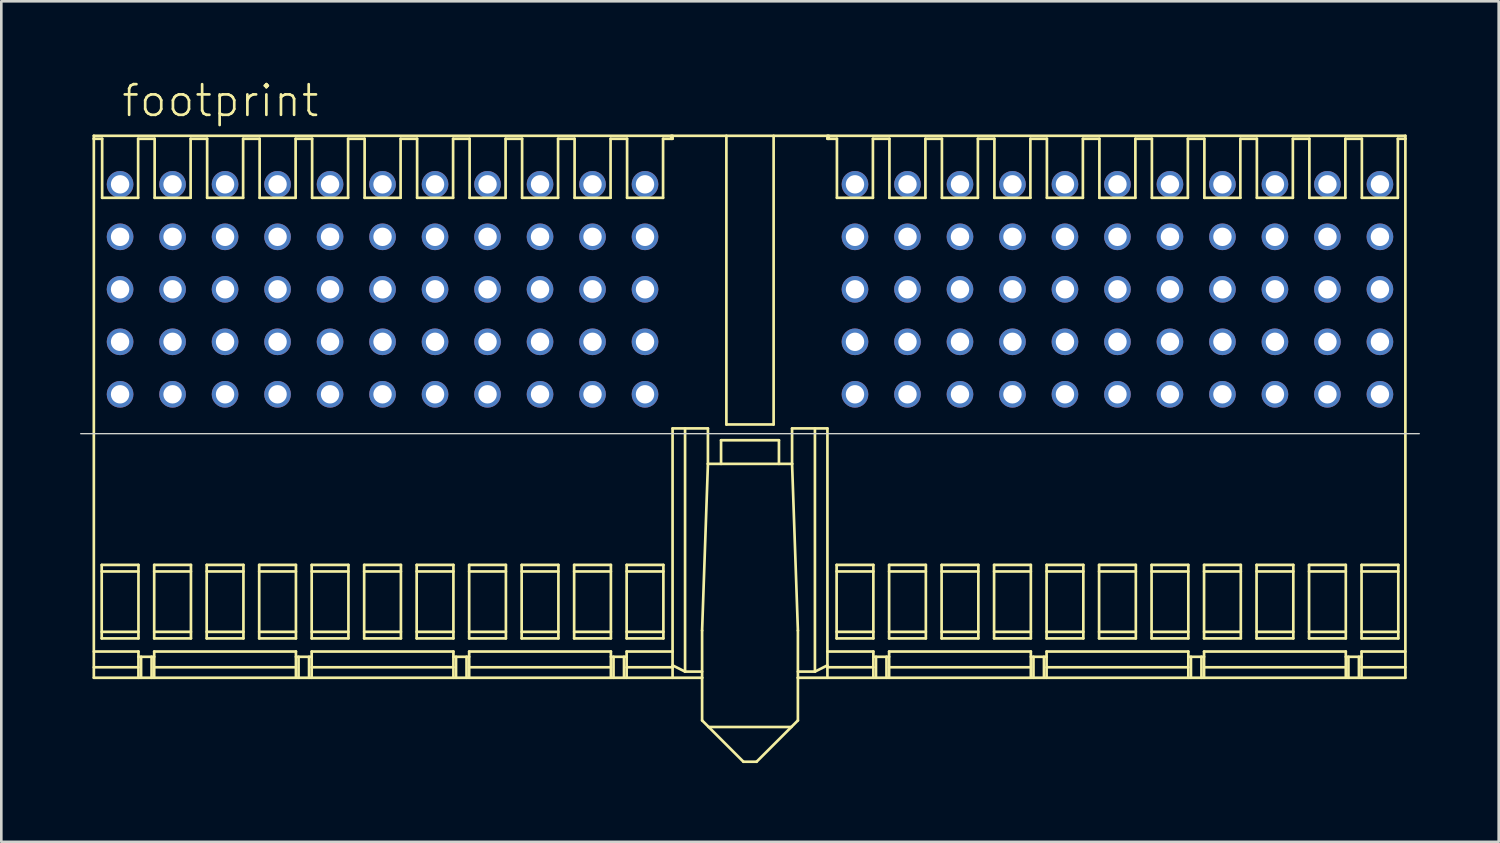
<source format=kicad_pcb>
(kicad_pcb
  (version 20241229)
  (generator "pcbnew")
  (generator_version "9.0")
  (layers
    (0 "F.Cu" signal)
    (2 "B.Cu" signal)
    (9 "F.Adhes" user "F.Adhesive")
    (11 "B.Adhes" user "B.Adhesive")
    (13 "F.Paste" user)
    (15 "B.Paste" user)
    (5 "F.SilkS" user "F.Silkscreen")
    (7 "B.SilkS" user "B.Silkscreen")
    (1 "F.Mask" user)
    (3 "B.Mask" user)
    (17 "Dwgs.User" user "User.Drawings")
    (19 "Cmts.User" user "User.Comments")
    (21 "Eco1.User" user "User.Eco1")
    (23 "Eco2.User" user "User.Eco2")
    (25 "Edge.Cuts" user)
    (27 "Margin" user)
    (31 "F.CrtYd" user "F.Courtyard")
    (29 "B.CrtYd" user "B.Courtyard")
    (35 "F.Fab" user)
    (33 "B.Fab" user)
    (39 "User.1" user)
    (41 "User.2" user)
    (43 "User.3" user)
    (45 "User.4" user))
  (footprint "footprint"
    (layer "F.Cu")
    (at 25.525 11.973)
    (property "Reference" "footprint" (at -24 -10.5 0) (layer "F.SilkS") (effects (font (size 1.168 1.168) (thickness 0.102)) (justify left bottom)))
    (fp_line (start -25 -9.85) (end -3 -9.85) (stroke (width 0.102) (type solid)) (layer "F.SilkS"))
    (fp_line (start -25 -9.736) (end -25 -9.85) (stroke (width 0.102) (type solid)) (layer "F.SilkS"))
    (fp_line (start -25 -9.736) (end -25 10.8) (stroke (width 0.102) (type solid)) (layer "F.SilkS"))
    (fp_line (start -25 9.8) (end -23.3 9.8) (stroke (width 0.102) (type solid)) (layer "F.SilkS"))
    (fp_line (start -25 10.4) (end -23.3 10.4) (stroke (width 0.102) (type solid)) (layer "F.SilkS"))
    (fp_line (start -25 10.8) (end -1.825 10.8) (stroke (width 0.102) (type solid)) (layer "F.SilkS"))
    (fp_line (start -24.7 6.5) (end -24.7 9.3) (stroke (width 0.102) (type solid)) (layer "F.SilkS"))
    (fp_line (start -24.7 6.75) (end -23.3 6.75) (stroke (width 0.102) (type solid)) (layer "F.SilkS"))
    (fp_line (start -24.7 9.05) (end -23.3 9.05) (stroke (width 0.102) (type solid)) (layer "F.SilkS"))
    (fp_line (start -24.7 9.3) (end -23.3 9.3) (stroke (width 0.102) (type solid)) (layer "F.SilkS"))
    (fp_line (start -24.683 -9.736) (end -25 -9.736) (stroke (width 0.102) (type solid)) (layer "F.SilkS"))
    (fp_line (start -24.683 -7.486) (end -24.683 -9.736) (stroke (width 0.102) (type solid)) (layer "F.SilkS"))
    (fp_line (start -23.312 -9.736) (end -23.312 -7.486) (stroke (width 0.102) (type solid)) (layer "F.SilkS"))
    (fp_line (start -23.312 -7.486) (end -24.683 -7.486) (stroke (width 0.102) (type solid)) (layer "F.SilkS"))
    (fp_line (start -23.3 6.5) (end -24.7 6.5) (stroke (width 0.102) (type solid)) (layer "F.SilkS"))
    (fp_line (start -23.3 9.3) (end -23.3 6.5) (stroke (width 0.102) (type solid)) (layer "F.SilkS"))
    (fp_line (start -23.3 9.8) (end -23.3 10.8) (stroke (width 0.102) (type solid)) (layer "F.SilkS"))
    (fp_line (start -23.3 10) (end -22.7 10) (stroke (width 0.102) (type solid)) (layer "F.SilkS"))
    (fp_line (start -23.2 10) (end -23.2 10.8) (stroke (width 0.102) (type solid)) (layer "F.SilkS"))
    (fp_line (start -22.8 10) (end -22.8 10.8) (stroke (width 0.102) (type solid)) (layer "F.SilkS"))
    (fp_line (start -22.7 6.5) (end -22.7 9.3) (stroke (width 0.102) (type solid)) (layer "F.SilkS"))
    (fp_line (start -22.7 6.75) (end -21.3 6.75) (stroke (width 0.102) (type solid)) (layer "F.SilkS"))
    (fp_line (start -22.7 9.05) (end -21.3 9.05) (stroke (width 0.102) (type solid)) (layer "F.SilkS"))
    (fp_line (start -22.7 9.3) (end -21.3 9.3) (stroke (width 0.102) (type solid)) (layer "F.SilkS"))
    (fp_line (start -22.7 9.8) (end -17.3 9.8) (stroke (width 0.102) (type solid)) (layer "F.SilkS"))
    (fp_line (start -22.7 10.4) (end -17.3 10.4) (stroke (width 0.102) (type solid)) (layer "F.SilkS"))
    (fp_line (start -22.7 10.8) (end -22.7 9.8) (stroke (width 0.102) (type solid)) (layer "F.SilkS"))
    (fp_line (start -22.683 -9.736) (end -23.312 -9.736) (stroke (width 0.102) (type solid)) (layer "F.SilkS"))
    (fp_line (start -22.683 -7.486) (end -22.683 -9.736) (stroke (width 0.102) (type solid)) (layer "F.SilkS"))
    (fp_line (start -21.312 -9.736) (end -21.312 -7.486) (stroke (width 0.102) (type solid)) (layer "F.SilkS"))
    (fp_line (start -21.312 -7.486) (end -22.683 -7.486) (stroke (width 0.102) (type solid)) (layer "F.SilkS"))
    (fp_line (start -21.3 6.5) (end -22.7 6.5) (stroke (width 0.102) (type solid)) (layer "F.SilkS"))
    (fp_line (start -21.3 9.3) (end -21.3 6.5) (stroke (width 0.102) (type solid)) (layer "F.SilkS"))
    (fp_line (start -20.7 6.5) (end -20.7 9.3) (stroke (width 0.102) (type solid)) (layer "F.SilkS"))
    (fp_line (start -20.7 6.75) (end -19.3 6.75) (stroke (width 0.102) (type solid)) (layer "F.SilkS"))
    (fp_line (start -20.7 9.05) (end -19.3 9.05) (stroke (width 0.102) (type solid)) (layer "F.SilkS"))
    (fp_line (start -20.7 9.3) (end -19.3 9.3) (stroke (width 0.102) (type solid)) (layer "F.SilkS"))
    (fp_line (start -20.683 -9.736) (end -21.312 -9.736) (stroke (width 0.102) (type solid)) (layer "F.SilkS"))
    (fp_line (start -20.683 -7.486) (end -20.683 -9.736) (stroke (width 0.102) (type solid)) (layer "F.SilkS"))
    (fp_line (start -19.312 -9.736) (end -19.312 -7.486) (stroke (width 0.102) (type solid)) (layer "F.SilkS"))
    (fp_line (start -19.312 -7.486) (end -20.683 -7.486) (stroke (width 0.102) (type solid)) (layer "F.SilkS"))
    (fp_line (start -19.3 6.5) (end -20.7 6.5) (stroke (width 0.102) (type solid)) (layer "F.SilkS"))
    (fp_line (start -19.3 9.3) (end -19.3 6.5) (stroke (width 0.102) (type solid)) (layer "F.SilkS"))
    (fp_line (start -18.7 6.5) (end -18.7 9.3) (stroke (width 0.102) (type solid)) (layer "F.SilkS"))
    (fp_line (start -18.7 6.75) (end -17.3 6.75) (stroke (width 0.102) (type solid)) (layer "F.SilkS"))
    (fp_line (start -18.7 9.05) (end -17.3 9.05) (stroke (width 0.102) (type solid)) (layer "F.SilkS"))
    (fp_line (start -18.7 9.3) (end -17.3 9.3) (stroke (width 0.102) (type solid)) (layer "F.SilkS"))
    (fp_line (start -18.683 -9.736) (end -19.312 -9.736) (stroke (width 0.102) (type solid)) (layer "F.SilkS"))
    (fp_line (start -18.683 -7.486) (end -18.683 -9.736) (stroke (width 0.102) (type solid)) (layer "F.SilkS"))
    (fp_line (start -17.312 -9.736) (end -17.312 -7.486) (stroke (width 0.102) (type solid)) (layer "F.SilkS"))
    (fp_line (start -17.312 -7.486) (end -18.683 -7.486) (stroke (width 0.102) (type solid)) (layer "F.SilkS"))
    (fp_line (start -17.3 6.5) (end -18.7 6.5) (stroke (width 0.102) (type solid)) (layer "F.SilkS"))
    (fp_line (start -17.3 9.3) (end -17.3 6.5) (stroke (width 0.102) (type solid)) (layer "F.SilkS"))
    (fp_line (start -17.3 9.8) (end -17.3 10.8) (stroke (width 0.102) (type solid)) (layer "F.SilkS"))
    (fp_line (start -17.3 10) (end -16.7 10) (stroke (width 0.102) (type solid)) (layer "F.SilkS"))
    (fp_line (start -17.2 10) (end -17.2 10.8) (stroke (width 0.102) (type solid)) (layer "F.SilkS"))
    (fp_line (start -16.8 10) (end -16.8 10.8) (stroke (width 0.102) (type solid)) (layer "F.SilkS"))
    (fp_line (start -16.7 6.5) (end -16.7 9.3) (stroke (width 0.102) (type solid)) (layer "F.SilkS"))
    (fp_line (start -16.7 6.75) (end -15.3 6.75) (stroke (width 0.102) (type solid)) (layer "F.SilkS"))
    (fp_line (start -16.7 9.05) (end -15.3 9.05) (stroke (width 0.102) (type solid)) (layer "F.SilkS"))
    (fp_line (start -16.7 9.3) (end -15.3 9.3) (stroke (width 0.102) (type solid)) (layer "F.SilkS"))
    (fp_line (start -16.7 9.8) (end -11.3 9.8) (stroke (width 0.102) (type solid)) (layer "F.SilkS"))
    (fp_line (start -16.7 10.4) (end -11.3 10.4) (stroke (width 0.102) (type solid)) (layer "F.SilkS"))
    (fp_line (start -16.7 10.8) (end -16.7 9.8) (stroke (width 0.102) (type solid)) (layer "F.SilkS"))
    (fp_line (start -16.683 -9.736) (end -17.312 -9.736) (stroke (width 0.102) (type solid)) (layer "F.SilkS"))
    (fp_line (start -16.683 -7.486) (end -16.683 -9.736) (stroke (width 0.102) (type solid)) (layer "F.SilkS"))
    (fp_line (start -15.312 -9.736) (end -15.312 -7.486) (stroke (width 0.102) (type solid)) (layer "F.SilkS"))
    (fp_line (start -15.312 -7.486) (end -16.683 -7.486) (stroke (width 0.102) (type solid)) (layer "F.SilkS"))
    (fp_line (start -15.3 6.5) (end -16.7 6.5) (stroke (width 0.102) (type solid)) (layer "F.SilkS"))
    (fp_line (start -15.3 9.3) (end -15.3 6.5) (stroke (width 0.102) (type solid)) (layer "F.SilkS"))
    (fp_line (start -14.7 6.5) (end -14.7 9.3) (stroke (width 0.102) (type solid)) (layer "F.SilkS"))
    (fp_line (start -14.7 6.75) (end -13.3 6.75) (stroke (width 0.102) (type solid)) (layer "F.SilkS"))
    (fp_line (start -14.7 9.05) (end -13.3 9.05) (stroke (width 0.102) (type solid)) (layer "F.SilkS"))
    (fp_line (start -14.7 9.3) (end -13.3 9.3) (stroke (width 0.102) (type solid)) (layer "F.SilkS"))
    (fp_line (start -14.683 -9.736) (end -15.312 -9.736) (stroke (width 0.102) (type solid)) (layer "F.SilkS"))
    (fp_line (start -14.683 -7.486) (end -14.683 -9.736) (stroke (width 0.102) (type solid)) (layer "F.SilkS"))
    (fp_line (start -13.312 -9.736) (end -13.312 -7.486) (stroke (width 0.102) (type solid)) (layer "F.SilkS"))
    (fp_line (start -13.312 -7.486) (end -14.683 -7.486) (stroke (width 0.102) (type solid)) (layer "F.SilkS"))
    (fp_line (start -13.3 6.5) (end -14.7 6.5) (stroke (width 0.102) (type solid)) (layer "F.SilkS"))
    (fp_line (start -13.3 9.3) (end -13.3 6.5) (stroke (width 0.102) (type solid)) (layer "F.SilkS"))
    (fp_line (start -12.7 6.5) (end -12.7 9.3) (stroke (width 0.102) (type solid)) (layer "F.SilkS"))
    (fp_line (start -12.7 6.75) (end -11.3 6.75) (stroke (width 0.102) (type solid)) (layer "F.SilkS"))
    (fp_line (start -12.7 9.05) (end -11.3 9.05) (stroke (width 0.102) (type solid)) (layer "F.SilkS"))
    (fp_line (start -12.7 9.3) (end -11.3 9.3) (stroke (width 0.102) (type solid)) (layer "F.SilkS"))
    (fp_line (start -12.683 -9.736) (end -13.312 -9.736) (stroke (width 0.102) (type solid)) (layer "F.SilkS"))
    (fp_line (start -12.683 -7.486) (end -12.683 -9.736) (stroke (width 0.102) (type solid)) (layer "F.SilkS"))
    (fp_line (start -11.312 -9.736) (end -11.312 -7.486) (stroke (width 0.102) (type solid)) (layer "F.SilkS"))
    (fp_line (start -11.312 -7.486) (end -12.683 -7.486) (stroke (width 0.102) (type solid)) (layer "F.SilkS"))
    (fp_line (start -11.3 6.5) (end -12.7 6.5) (stroke (width 0.102) (type solid)) (layer "F.SilkS"))
    (fp_line (start -11.3 9.3) (end -11.3 6.5) (stroke (width 0.102) (type solid)) (layer "F.SilkS"))
    (fp_line (start -11.3 9.8) (end -11.3 10.8) (stroke (width 0.102) (type solid)) (layer "F.SilkS"))
    (fp_line (start -11.3 10) (end -10.7 10) (stroke (width 0.102) (type solid)) (layer "F.SilkS"))
    (fp_line (start -11.2 10) (end -11.2 10.8) (stroke (width 0.102) (type solid)) (layer "F.SilkS"))
    (fp_line (start -10.8 10) (end -10.8 10.8) (stroke (width 0.102) (type solid)) (layer "F.SilkS"))
    (fp_line (start -10.7 6.5) (end -10.7 9.3) (stroke (width 0.102) (type solid)) (layer "F.SilkS"))
    (fp_line (start -10.7 6.75) (end -9.3 6.75) (stroke (width 0.102) (type solid)) (layer "F.SilkS"))
    (fp_line (start -10.7 9.05) (end -9.3 9.05) (stroke (width 0.102) (type solid)) (layer "F.SilkS"))
    (fp_line (start -10.7 9.3) (end -9.3 9.3) (stroke (width 0.102) (type solid)) (layer "F.SilkS"))
    (fp_line (start -10.7 9.8) (end -5.3 9.8) (stroke (width 0.102) (type solid)) (layer "F.SilkS"))
    (fp_line (start -10.7 10.4) (end -5.3 10.4) (stroke (width 0.102) (type solid)) (layer "F.SilkS"))
    (fp_line (start -10.7 10.8) (end -10.7 9.8) (stroke (width 0.102) (type solid)) (layer "F.SilkS"))
    (fp_line (start -10.683 -9.736) (end -11.312 -9.736) (stroke (width 0.102) (type solid)) (layer "F.SilkS"))
    (fp_line (start -10.683 -7.486) (end -10.683 -9.736) (stroke (width 0.102) (type solid)) (layer "F.SilkS"))
    (fp_line (start -9.312 -9.736) (end -9.312 -7.486) (stroke (width 0.102) (type solid)) (layer "F.SilkS"))
    (fp_line (start -9.312 -7.486) (end -10.683 -7.486) (stroke (width 0.102) (type solid)) (layer "F.SilkS"))
    (fp_line (start -9.3 6.5) (end -10.7 6.5) (stroke (width 0.102) (type solid)) (layer "F.SilkS"))
    (fp_line (start -9.3 9.3) (end -9.3 6.5) (stroke (width 0.102) (type solid)) (layer "F.SilkS"))
    (fp_line (start -8.7 6.5) (end -8.7 9.3) (stroke (width 0.102) (type solid)) (layer "F.SilkS"))
    (fp_line (start -8.7 6.75) (end -7.3 6.75) (stroke (width 0.102) (type solid)) (layer "F.SilkS"))
    (fp_line (start -8.7 9.05) (end -7.3 9.05) (stroke (width 0.102) (type solid)) (layer "F.SilkS"))
    (fp_line (start -8.7 9.3) (end -7.3 9.3) (stroke (width 0.102) (type solid)) (layer "F.SilkS"))
    (fp_line (start -8.683 -9.736) (end -9.312 -9.736) (stroke (width 0.102) (type solid)) (layer "F.SilkS"))
    (fp_line (start -8.683 -7.486) (end -8.683 -9.736) (stroke (width 0.102) (type solid)) (layer "F.SilkS"))
    (fp_line (start -7.312 -9.736) (end -7.312 -7.486) (stroke (width 0.102) (type solid)) (layer "F.SilkS"))
    (fp_line (start -7.312 -7.486) (end -8.683 -7.486) (stroke (width 0.102) (type solid)) (layer "F.SilkS"))
    (fp_line (start -7.3 6.5) (end -8.7 6.5) (stroke (width 0.102) (type solid)) (layer "F.SilkS"))
    (fp_line (start -7.3 9.3) (end -7.3 6.5) (stroke (width 0.102) (type solid)) (layer "F.SilkS"))
    (fp_line (start -6.7 6.5) (end -6.7 9.3) (stroke (width 0.102) (type solid)) (layer "F.SilkS"))
    (fp_line (start -6.7 6.75) (end -5.3 6.75) (stroke (width 0.102) (type solid)) (layer "F.SilkS"))
    (fp_line (start -6.7 9.05) (end -5.3 9.05) (stroke (width 0.102) (type solid)) (layer "F.SilkS"))
    (fp_line (start -6.7 9.3) (end -5.3 9.3) (stroke (width 0.102) (type solid)) (layer "F.SilkS"))
    (fp_line (start -6.683 -9.736) (end -7.312 -9.736) (stroke (width 0.102) (type solid)) (layer "F.SilkS"))
    (fp_line (start -6.683 -7.486) (end -6.683 -9.736) (stroke (width 0.102) (type solid)) (layer "F.SilkS"))
    (fp_line (start -5.312 -9.736) (end -5.312 -7.486) (stroke (width 0.102) (type solid)) (layer "F.SilkS"))
    (fp_line (start -5.312 -7.486) (end -6.683 -7.486) (stroke (width 0.102) (type solid)) (layer "F.SilkS"))
    (fp_line (start -5.3 6.5) (end -6.7 6.5) (stroke (width 0.102) (type solid)) (layer "F.SilkS"))
    (fp_line (start -5.3 9.3) (end -5.3 6.5) (stroke (width 0.102) (type solid)) (layer "F.SilkS"))
    (fp_line (start -5.3 9.8) (end -5.3 10.8) (stroke (width 0.102) (type solid)) (layer "F.SilkS"))
    (fp_line (start -5.3 10) (end -4.7 10) (stroke (width 0.102) (type solid)) (layer "F.SilkS"))
    (fp_line (start -5.2 10) (end -5.2 10.8) (stroke (width 0.102) (type solid)) (layer "F.SilkS"))
    (fp_line (start -4.8 10) (end -4.8 10.8) (stroke (width 0.102) (type solid)) (layer "F.SilkS"))
    (fp_line (start -4.7 6.5) (end -4.7 9.3) (stroke (width 0.102) (type solid)) (layer "F.SilkS"))
    (fp_line (start -4.7 6.75) (end -3.3 6.75) (stroke (width 0.102) (type solid)) (layer "F.SilkS"))
    (fp_line (start -4.7 9.05) (end -3.3 9.05) (stroke (width 0.102) (type solid)) (layer "F.SilkS"))
    (fp_line (start -4.7 9.3) (end -3.3 9.3) (stroke (width 0.102) (type solid)) (layer "F.SilkS"))
    (fp_line (start -4.7 9.8) (end -2.95 9.8) (stroke (width 0.102) (type solid)) (layer "F.SilkS"))
    (fp_line (start -4.7 10.4) (end -2.95 10.4) (stroke (width 0.102) (type solid)) (layer "F.SilkS"))
    (fp_line (start -4.7 10.8) (end -4.7 9.8) (stroke (width 0.102) (type solid)) (layer "F.SilkS"))
    (fp_line (start -4.683 -9.736) (end -5.312 -9.736) (stroke (width 0.102) (type solid)) (layer "F.SilkS"))
    (fp_line (start -4.683 -7.486) (end -4.683 -9.736) (stroke (width 0.102) (type solid)) (layer "F.SilkS"))
    (fp_line (start -3.312 -9.736) (end -3.312 -7.486) (stroke (width 0.102) (type solid)) (layer "F.SilkS"))
    (fp_line (start -3.312 -7.486) (end -4.683 -7.486) (stroke (width 0.102) (type solid)) (layer "F.SilkS"))
    (fp_line (start -3.3 6.5) (end -4.7 6.5) (stroke (width 0.102) (type solid)) (layer "F.SilkS"))
    (fp_line (start -3.3 9.3) (end -3.3 6.5) (stroke (width 0.102) (type solid)) (layer "F.SilkS"))
    (fp_line (start -3 -9.85) (end -3 -9.736) (stroke (width 0.102) (type solid)) (layer "F.SilkS"))
    (fp_line (start -3 -9.736) (end -3.312 -9.736) (stroke (width 0.102) (type solid)) (layer "F.SilkS"))
    (fp_line (start -3 -9.736) (end -2.95 -9.736) (stroke (width 0.102) (type solid)) (layer "F.SilkS"))
    (fp_line (start -2.95 -9.85) (end 2.95 -9.85) (stroke (width 0.102) (type solid)) (layer "F.SilkS"))
    (fp_line (start -2.95 -9.736) (end -2.95 -9.85) (stroke (width 0.102) (type solid)) (layer "F.SilkS"))
    (fp_line (start -2.95 1.3) (end -2.95 10.8) (stroke (width 0.102) (type solid)) (layer "F.SilkS"))
    (fp_line (start -2.95 10.327) (end -2.474 10.565) (stroke (width 0.102) (type solid)) (layer "F.SilkS"))
    (fp_line (start -2.474 10.565) (end -2.474 1.3) (stroke (width 0.102) (type solid)) (layer "F.SilkS"))
    (fp_line (start -2.474 10.565) (end -1.825 10.565) (stroke (width 0.102) (type solid)) (layer "F.SilkS"))
    (fp_line (start -1.825 9) (end -1.603 2.65) (stroke (width 0.102) (type solid)) (layer "F.SilkS"))
    (fp_line (start -1.825 10.8) (end -1.825 9) (stroke (width 0.102) (type solid)) (layer "F.SilkS"))
    (fp_line (start -1.825 10.8) (end -1.825 12.425) (stroke (width 0.102) (type solid)) (layer "F.SilkS"))
    (fp_line (start -1.825 12.425) (end -0.25 14) (stroke (width 0.102) (type solid)) (layer "F.SilkS"))
    (fp_line (start -1.603 1.3) (end -2.95 1.3) (stroke (width 0.102) (type solid)) (layer "F.SilkS"))
    (fp_line (start -1.603 2.65) (end -1.603 1.3) (stroke (width 0.102) (type solid)) (layer "F.SilkS"))
    (fp_line (start -1.103 1.75) (end 1.103 1.75) (stroke (width 0.102) (type solid)) (layer "F.SilkS"))
    (fp_line (start -1.103 2.65) (end -1.103 1.75) (stroke (width 0.102) (type solid)) (layer "F.SilkS"))
    (fp_line (start -0.9 -9.85) (end -0.9 1.15) (stroke (width 0.102) (type solid)) (layer "F.SilkS"))
    (fp_line (start -0.9 1.15) (end 0.9 1.15) (stroke (width 0.102) (type solid)) (layer "F.SilkS"))
    (fp_line (start -0.25 14) (end 0.25 14) (stroke (width 0.102) (type solid)) (layer "F.SilkS"))
    (fp_line (start 0.25 14) (end 1.825 12.425) (stroke (width 0.102) (type solid)) (layer "F.SilkS"))
    (fp_line (start 0.9 1.15) (end 0.9 -9.85) (stroke (width 0.102) (type solid)) (layer "F.SilkS"))
    (fp_line (start 1.103 1.75) (end 1.103 2.65) (stroke (width 0.102) (type solid)) (layer "F.SilkS"))
    (fp_line (start 1.575 12.675) (end -1.575 12.675) (stroke (width 0.102) (type solid)) (layer "F.SilkS"))
    (fp_line (start 1.603 1.3) (end 1.603 2.65) (stroke (width 0.102) (type solid)) (layer "F.SilkS"))
    (fp_line (start 1.603 2.65) (end -1.603 2.65) (stroke (width 0.102) (type solid)) (layer "F.SilkS"))
    (fp_line (start 1.825 9) (end 1.603 2.65) (stroke (width 0.102) (type solid)) (layer "F.SilkS"))
    (fp_line (start 1.825 10.8) (end 1.825 9) (stroke (width 0.102) (type solid)) (layer "F.SilkS"))
    (fp_line (start 1.825 10.8) (end 24.97 10.8) (stroke (width 0.102) (type solid)) (layer "F.SilkS"))
    (fp_line (start 1.825 12.425) (end 1.825 10.8) (stroke (width 0.102) (type solid)) (layer "F.SilkS"))
    (fp_line (start 2.474 10.565) (end 1.825 10.565) (stroke (width 0.102) (type solid)) (layer "F.SilkS"))
    (fp_line (start 2.474 10.565) (end 2.474 1.3) (stroke (width 0.102) (type solid)) (layer "F.SilkS"))
    (fp_line (start 2.95 -9.85) (end 2.95 -9.736) (stroke (width 0.102) (type solid)) (layer "F.SilkS"))
    (fp_line (start 2.95 -9.736) (end 3 -9.736) (stroke (width 0.102) (type solid)) (layer "F.SilkS"))
    (fp_line (start 2.95 1.3) (end 1.603 1.3) (stroke (width 0.102) (type solid)) (layer "F.SilkS"))
    (fp_line (start 2.95 10.327) (end 2.474 10.565) (stroke (width 0.102) (type solid)) (layer "F.SilkS"))
    (fp_line (start 2.95 10.8) (end 2.95 1.3) (stroke (width 0.102) (type solid)) (layer "F.SilkS"))
    (fp_line (start 3 -9.85) (end 3 -9.736) (stroke (width 0.102) (type solid)) (layer "F.SilkS"))
    (fp_line (start 3 -9.736) (end 3.312 -9.736) (stroke (width 0.102) (type solid)) (layer "F.SilkS"))
    (fp_line (start 3.3 6.5) (end 4.7 6.5) (stroke (width 0.102) (type solid)) (layer "F.SilkS"))
    (fp_line (start 3.3 9.3) (end 3.3 6.5) (stroke (width 0.102) (type solid)) (layer "F.SilkS"))
    (fp_line (start 3.312 -9.736) (end 3.312 -7.486) (stroke (width 0.102) (type solid)) (layer "F.SilkS"))
    (fp_line (start 3.312 -7.486) (end 4.683 -7.486) (stroke (width 0.102) (type solid)) (layer "F.SilkS"))
    (fp_line (start 4.683 -9.736) (end 5.312 -9.736) (stroke (width 0.102) (type solid)) (layer "F.SilkS"))
    (fp_line (start 4.683 -7.486) (end 4.683 -9.736) (stroke (width 0.102) (type solid)) (layer "F.SilkS"))
    (fp_line (start 4.7 6.5) (end 4.7 9.3) (stroke (width 0.102) (type solid)) (layer "F.SilkS"))
    (fp_line (start 4.7 6.75) (end 3.3 6.75) (stroke (width 0.102) (type solid)) (layer "F.SilkS"))
    (fp_line (start 4.7 9.05) (end 3.3 9.05) (stroke (width 0.102) (type solid)) (layer "F.SilkS"))
    (fp_line (start 4.7 9.3) (end 3.3 9.3) (stroke (width 0.102) (type solid)) (layer "F.SilkS"))
    (fp_line (start 4.7 9.8) (end 2.95 9.8) (stroke (width 0.102) (type solid)) (layer "F.SilkS"))
    (fp_line (start 4.7 10.4) (end 2.95 10.4) (stroke (width 0.102) (type solid)) (layer "F.SilkS"))
    (fp_line (start 4.7 10.8) (end 4.7 9.8) (stroke (width 0.102) (type solid)) (layer "F.SilkS"))
    (fp_line (start 4.8 10) (end 4.8 10.8) (stroke (width 0.102) (type solid)) (layer "F.SilkS"))
    (fp_line (start 5.2 10) (end 5.2 10.8) (stroke (width 0.102) (type solid)) (layer "F.SilkS"))
    (fp_line (start 5.3 6.5) (end 6.7 6.5) (stroke (width 0.102) (type solid)) (layer "F.SilkS"))
    (fp_line (start 5.3 9.3) (end 5.3 6.5) (stroke (width 0.102) (type solid)) (layer "F.SilkS"))
    (fp_line (start 5.3 9.8) (end 5.3 10.8) (stroke (width 0.102) (type solid)) (layer "F.SilkS"))
    (fp_line (start 5.3 10) (end 4.7 10) (stroke (width 0.102) (type solid)) (layer "F.SilkS"))
    (fp_line (start 5.312 -9.736) (end 5.312 -7.486) (stroke (width 0.102) (type solid)) (layer "F.SilkS"))
    (fp_line (start 5.312 -7.486) (end 6.683 -7.486) (stroke (width 0.102) (type solid)) (layer "F.SilkS"))
    (fp_line (start 6.683 -9.736) (end 7.312 -9.736) (stroke (width 0.102) (type solid)) (layer "F.SilkS"))
    (fp_line (start 6.683 -7.486) (end 6.683 -9.736) (stroke (width 0.102) (type solid)) (layer "F.SilkS"))
    (fp_line (start 6.7 6.5) (end 6.7 9.3) (stroke (width 0.102) (type solid)) (layer "F.SilkS"))
    (fp_line (start 6.7 6.75) (end 5.3 6.75) (stroke (width 0.102) (type solid)) (layer "F.SilkS"))
    (fp_line (start 6.7 9.05) (end 5.3 9.05) (stroke (width 0.102) (type solid)) (layer "F.SilkS"))
    (fp_line (start 6.7 9.3) (end 5.3 9.3) (stroke (width 0.102) (type solid)) (layer "F.SilkS"))
    (fp_line (start 7.3 6.5) (end 8.7 6.5) (stroke (width 0.102) (type solid)) (layer "F.SilkS"))
    (fp_line (start 7.3 9.3) (end 7.3 6.5) (stroke (width 0.102) (type solid)) (layer "F.SilkS"))
    (fp_line (start 7.312 -9.736) (end 7.312 -7.486) (stroke (width 0.102) (type solid)) (layer "F.SilkS"))
    (fp_line (start 7.312 -7.486) (end 8.683 -7.486) (stroke (width 0.102) (type solid)) (layer "F.SilkS"))
    (fp_line (start 8.683 -9.736) (end 9.312 -9.736) (stroke (width 0.102) (type solid)) (layer "F.SilkS"))
    (fp_line (start 8.683 -7.486) (end 8.683 -9.736) (stroke (width 0.102) (type solid)) (layer "F.SilkS"))
    (fp_line (start 8.7 6.5) (end 8.7 9.3) (stroke (width 0.102) (type solid)) (layer "F.SilkS"))
    (fp_line (start 8.7 6.75) (end 7.3 6.75) (stroke (width 0.102) (type solid)) (layer "F.SilkS"))
    (fp_line (start 8.7 9.05) (end 7.3 9.05) (stroke (width 0.102) (type solid)) (layer "F.SilkS"))
    (fp_line (start 8.7 9.3) (end 7.3 9.3) (stroke (width 0.102) (type solid)) (layer "F.SilkS"))
    (fp_line (start 9.3 6.5) (end 10.7 6.5) (stroke (width 0.102) (type solid)) (layer "F.SilkS"))
    (fp_line (start 9.3 9.3) (end 9.3 6.5) (stroke (width 0.102) (type solid)) (layer "F.SilkS"))
    (fp_line (start 9.312 -9.736) (end 9.312 -7.486) (stroke (width 0.102) (type solid)) (layer "F.SilkS"))
    (fp_line (start 9.312 -7.486) (end 10.683 -7.486) (stroke (width 0.102) (type solid)) (layer "F.SilkS"))
    (fp_line (start 10.683 -9.736) (end 11.312 -9.736) (stroke (width 0.102) (type solid)) (layer "F.SilkS"))
    (fp_line (start 10.683 -7.486) (end 10.683 -9.736) (stroke (width 0.102) (type solid)) (layer "F.SilkS"))
    (fp_line (start 10.7 6.5) (end 10.7 9.3) (stroke (width 0.102) (type solid)) (layer "F.SilkS"))
    (fp_line (start 10.7 6.75) (end 9.3 6.75) (stroke (width 0.102) (type solid)) (layer "F.SilkS"))
    (fp_line (start 10.7 9.05) (end 9.3 9.05) (stroke (width 0.102) (type solid)) (layer "F.SilkS"))
    (fp_line (start 10.7 9.3) (end 9.3 9.3) (stroke (width 0.102) (type solid)) (layer "F.SilkS"))
    (fp_line (start 10.7 9.8) (end 5.3 9.8) (stroke (width 0.102) (type solid)) (layer "F.SilkS"))
    (fp_line (start 10.7 10.4) (end 5.3 10.4) (stroke (width 0.102) (type solid)) (layer "F.SilkS"))
    (fp_line (start 10.7 10.8) (end 10.7 9.8) (stroke (width 0.102) (type solid)) (layer "F.SilkS"))
    (fp_line (start 10.8 10) (end 10.8 10.8) (stroke (width 0.102) (type solid)) (layer "F.SilkS"))
    (fp_line (start 11.2 10) (end 11.2 10.8) (stroke (width 0.102) (type solid)) (layer "F.SilkS"))
    (fp_line (start 11.3 6.5) (end 12.7 6.5) (stroke (width 0.102) (type solid)) (layer "F.SilkS"))
    (fp_line (start 11.3 9.3) (end 11.3 6.5) (stroke (width 0.102) (type solid)) (layer "F.SilkS"))
    (fp_line (start 11.3 9.8) (end 11.3 10.8) (stroke (width 0.102) (type solid)) (layer "F.SilkS"))
    (fp_line (start 11.3 10) (end 10.7 10) (stroke (width 0.102) (type solid)) (layer "F.SilkS"))
    (fp_line (start 11.312 -9.736) (end 11.312 -7.486) (stroke (width 0.102) (type solid)) (layer "F.SilkS"))
    (fp_line (start 11.312 -7.486) (end 12.683 -7.486) (stroke (width 0.102) (type solid)) (layer "F.SilkS"))
    (fp_line (start 12.683 -9.736) (end 13.312 -9.736) (stroke (width 0.102) (type solid)) (layer "F.SilkS"))
    (fp_line (start 12.683 -7.486) (end 12.683 -9.736) (stroke (width 0.102) (type solid)) (layer "F.SilkS"))
    (fp_line (start 12.7 6.5) (end 12.7 9.3) (stroke (width 0.102) (type solid)) (layer "F.SilkS"))
    (fp_line (start 12.7 6.75) (end 11.3 6.75) (stroke (width 0.102) (type solid)) (layer "F.SilkS"))
    (fp_line (start 12.7 9.05) (end 11.3 9.05) (stroke (width 0.102) (type solid)) (layer "F.SilkS"))
    (fp_line (start 12.7 9.3) (end 11.3 9.3) (stroke (width 0.102) (type solid)) (layer "F.SilkS"))
    (fp_line (start 13.3 6.5) (end 14.7 6.5) (stroke (width 0.102) (type solid)) (layer "F.SilkS"))
    (fp_line (start 13.3 9.3) (end 13.3 6.5) (stroke (width 0.102) (type solid)) (layer "F.SilkS"))
    (fp_line (start 13.312 -9.736) (end 13.312 -7.486) (stroke (width 0.102) (type solid)) (layer "F.SilkS"))
    (fp_line (start 13.312 -7.486) (end 14.683 -7.486) (stroke (width 0.102) (type solid)) (layer "F.SilkS"))
    (fp_line (start 14.683 -9.736) (end 15.312 -9.736) (stroke (width 0.102) (type solid)) (layer "F.SilkS"))
    (fp_line (start 14.683 -7.486) (end 14.683 -9.736) (stroke (width 0.102) (type solid)) (layer "F.SilkS"))
    (fp_line (start 14.7 6.5) (end 14.7 9.3) (stroke (width 0.102) (type solid)) (layer "F.SilkS"))
    (fp_line (start 14.7 6.75) (end 13.3 6.75) (stroke (width 0.102) (type solid)) (layer "F.SilkS"))
    (fp_line (start 14.7 9.05) (end 13.3 9.05) (stroke (width 0.102) (type solid)) (layer "F.SilkS"))
    (fp_line (start 14.7 9.3) (end 13.3 9.3) (stroke (width 0.102) (type solid)) (layer "F.SilkS"))
    (fp_line (start 15.3 6.5) (end 16.7 6.5) (stroke (width 0.102) (type solid)) (layer "F.SilkS"))
    (fp_line (start 15.3 9.3) (end 15.3 6.5) (stroke (width 0.102) (type solid)) (layer "F.SilkS"))
    (fp_line (start 15.312 -9.736) (end 15.312 -7.486) (stroke (width 0.102) (type solid)) (layer "F.SilkS"))
    (fp_line (start 15.312 -7.486) (end 16.683 -7.486) (stroke (width 0.102) (type solid)) (layer "F.SilkS"))
    (fp_line (start 16.683 -9.736) (end 17.312 -9.736) (stroke (width 0.102) (type solid)) (layer "F.SilkS"))
    (fp_line (start 16.683 -7.486) (end 16.683 -9.736) (stroke (width 0.102) (type solid)) (layer "F.SilkS"))
    (fp_line (start 16.7 6.5) (end 16.7 9.3) (stroke (width 0.102) (type solid)) (layer "F.SilkS"))
    (fp_line (start 16.7 6.75) (end 15.3 6.75) (stroke (width 0.102) (type solid)) (layer "F.SilkS"))
    (fp_line (start 16.7 9.05) (end 15.3 9.05) (stroke (width 0.102) (type solid)) (layer "F.SilkS"))
    (fp_line (start 16.7 9.3) (end 15.3 9.3) (stroke (width 0.102) (type solid)) (layer "F.SilkS"))
    (fp_line (start 16.7 9.8) (end 11.3 9.8) (stroke (width 0.102) (type solid)) (layer "F.SilkS"))
    (fp_line (start 16.7 10.4) (end 11.3 10.4) (stroke (width 0.102) (type solid)) (layer "F.SilkS"))
    (fp_line (start 16.7 10.8) (end 16.7 9.8) (stroke (width 0.102) (type solid)) (layer "F.SilkS"))
    (fp_line (start 16.8 10) (end 16.8 10.8) (stroke (width 0.102) (type solid)) (layer "F.SilkS"))
    (fp_line (start 17.2 10) (end 17.2 10.8) (stroke (width 0.102) (type solid)) (layer "F.SilkS"))
    (fp_line (start 17.3 6.5) (end 18.7 6.5) (stroke (width 0.102) (type solid)) (layer "F.SilkS"))
    (fp_line (start 17.3 9.3) (end 17.3 6.5) (stroke (width 0.102) (type solid)) (layer "F.SilkS"))
    (fp_line (start 17.3 9.8) (end 17.3 10.8) (stroke (width 0.102) (type solid)) (layer "F.SilkS"))
    (fp_line (start 17.3 10) (end 16.7 10) (stroke (width 0.102) (type solid)) (layer "F.SilkS"))
    (fp_line (start 17.312 -9.736) (end 17.312 -7.486) (stroke (width 0.102) (type solid)) (layer "F.SilkS"))
    (fp_line (start 17.312 -7.486) (end 18.683 -7.486) (stroke (width 0.102) (type solid)) (layer "F.SilkS"))
    (fp_line (start 18.683 -9.736) (end 19.312 -9.736) (stroke (width 0.102) (type solid)) (layer "F.SilkS"))
    (fp_line (start 18.683 -7.486) (end 18.683 -9.736) (stroke (width 0.102) (type solid)) (layer "F.SilkS"))
    (fp_line (start 18.7 6.5) (end 18.7 9.3) (stroke (width 0.102) (type solid)) (layer "F.SilkS"))
    (fp_line (start 18.7 6.75) (end 17.3 6.75) (stroke (width 0.102) (type solid)) (layer "F.SilkS"))
    (fp_line (start 18.7 9.05) (end 17.3 9.05) (stroke (width 0.102) (type solid)) (layer "F.SilkS"))
    (fp_line (start 18.7 9.3) (end 17.3 9.3) (stroke (width 0.102) (type solid)) (layer "F.SilkS"))
    (fp_line (start 19.3 6.5) (end 20.7 6.5) (stroke (width 0.102) (type solid)) (layer "F.SilkS"))
    (fp_line (start 19.3 9.3) (end 19.3 6.5) (stroke (width 0.102) (type solid)) (layer "F.SilkS"))
    (fp_line (start 19.312 -9.736) (end 19.312 -7.486) (stroke (width 0.102) (type solid)) (layer "F.SilkS"))
    (fp_line (start 19.312 -7.486) (end 20.683 -7.486) (stroke (width 0.102) (type solid)) (layer "F.SilkS"))
    (fp_line (start 20.683 -9.736) (end 21.312 -9.736) (stroke (width 0.102) (type solid)) (layer "F.SilkS"))
    (fp_line (start 20.683 -7.486) (end 20.683 -9.736) (stroke (width 0.102) (type solid)) (layer "F.SilkS"))
    (fp_line (start 20.7 6.5) (end 20.7 9.3) (stroke (width 0.102) (type solid)) (layer "F.SilkS"))
    (fp_line (start 20.7 6.75) (end 19.3 6.75) (stroke (width 0.102) (type solid)) (layer "F.SilkS"))
    (fp_line (start 20.7 9.05) (end 19.3 9.05) (stroke (width 0.102) (type solid)) (layer "F.SilkS"))
    (fp_line (start 20.7 9.3) (end 19.3 9.3) (stroke (width 0.102) (type solid)) (layer "F.SilkS"))
    (fp_line (start 21.3 6.5) (end 22.7 6.5) (stroke (width 0.102) (type solid)) (layer "F.SilkS"))
    (fp_line (start 21.3 9.3) (end 21.3 6.5) (stroke (width 0.102) (type solid)) (layer "F.SilkS"))
    (fp_line (start 21.312 -9.736) (end 21.312 -7.486) (stroke (width 0.102) (type solid)) (layer "F.SilkS"))
    (fp_line (start 21.312 -7.486) (end 22.683 -7.486) (stroke (width 0.102) (type solid)) (layer "F.SilkS"))
    (fp_line (start 22.683 -9.736) (end 23.312 -9.736) (stroke (width 0.102) (type solid)) (layer "F.SilkS"))
    (fp_line (start 22.683 -7.486) (end 22.683 -9.736) (stroke (width 0.102) (type solid)) (layer "F.SilkS"))
    (fp_line (start 22.7 6.5) (end 22.7 9.3) (stroke (width 0.102) (type solid)) (layer "F.SilkS"))
    (fp_line (start 22.7 6.75) (end 21.3 6.75) (stroke (width 0.102) (type solid)) (layer "F.SilkS"))
    (fp_line (start 22.7 9.05) (end 21.3 9.05) (stroke (width 0.102) (type solid)) (layer "F.SilkS"))
    (fp_line (start 22.7 9.3) (end 21.3 9.3) (stroke (width 0.102) (type solid)) (layer "F.SilkS"))
    (fp_line (start 22.7 9.8) (end 17.3 9.8) (stroke (width 0.102) (type solid)) (layer "F.SilkS"))
    (fp_line (start 22.7 10.4) (end 17.3 10.4) (stroke (width 0.102) (type solid)) (layer "F.SilkS"))
    (fp_line (start 22.7 10.8) (end 22.7 9.8) (stroke (width 0.102) (type solid)) (layer "F.SilkS"))
    (fp_line (start 22.8 10) (end 22.8 10.8) (stroke (width 0.102) (type solid)) (layer "F.SilkS"))
    (fp_line (start 23.2 10) (end 23.2 10.8) (stroke (width 0.102) (type solid)) (layer "F.SilkS"))
    (fp_line (start 23.3 6.5) (end 24.7 6.5) (stroke (width 0.102) (type solid)) (layer "F.SilkS"))
    (fp_line (start 23.3 9.3) (end 23.3 6.5) (stroke (width 0.102) (type solid)) (layer "F.SilkS"))
    (fp_line (start 23.3 9.8) (end 23.3 10.8) (stroke (width 0.102) (type solid)) (layer "F.SilkS"))
    (fp_line (start 23.3 10) (end 22.7 10) (stroke (width 0.102) (type solid)) (layer "F.SilkS"))
    (fp_line (start 23.312 -9.736) (end 23.312 -7.486) (stroke (width 0.102) (type solid)) (layer "F.SilkS"))
    (fp_line (start 23.312 -7.486) (end 24.683 -7.486) (stroke (width 0.102) (type solid)) (layer "F.SilkS"))
    (fp_line (start 24.683 -9.736) (end 24.97 -9.736) (stroke (width 0.102) (type solid)) (layer "F.SilkS"))
    (fp_line (start 24.683 -7.486) (end 24.683 -9.736) (stroke (width 0.102) (type solid)) (layer "F.SilkS"))
    (fp_line (start 24.7 6.5) (end 24.7 9.3) (stroke (width 0.102) (type solid)) (layer "F.SilkS"))
    (fp_line (start 24.7 6.75) (end 23.3 6.75) (stroke (width 0.102) (type solid)) (layer "F.SilkS"))
    (fp_line (start 24.7 9.05) (end 23.3 9.05) (stroke (width 0.102) (type solid)) (layer "F.SilkS"))
    (fp_line (start 24.7 9.3) (end 23.3 9.3) (stroke (width 0.102) (type solid)) (layer "F.SilkS"))
    (fp_line (start 24.97 -9.85) (end 3 -9.85) (stroke (width 0.102) (type solid)) (layer "F.SilkS"))
    (fp_line (start 24.97 -9.736) (end 24.97 -9.85) (stroke (width 0.102) (type solid)) (layer "F.SilkS"))
    (fp_line (start 24.97 -9.736) (end 24.97 10.8) (stroke (width 0.102) (type solid)) (layer "F.SilkS"))
    (fp_line (start 24.97 9.8) (end 23.3 9.8) (stroke (width 0.102) (type solid)) (layer "F.SilkS"))
    (fp_line (start 24.97 10.4) (end 23.3 10.4) (stroke (width 0.102) (type solid)) (layer "F.SilkS"))
    (fp_line (start -25.5 1.5) (end 25.5 1.5) (stroke (width 0.05) (type solid)) (layer "Edge.Cuts"))
    (pad "A1" thru_hole circle (at 24 0) (size 1.016 1.016) (drill 0.7) (layers "*.Cu" "*.Mask"))
    (pad "A2" thru_hole circle (at 22 0) (size 1.016 1.016) (drill 0.7) (layers "*.Cu" "*.Mask"))
    (pad "A3" thru_hole circle (at 20 0) (size 1.016 1.016) (drill 0.7) (layers "*.Cu" "*.Mask"))
    (pad "A4" thru_hole circle (at 18 0) (size 1.016 1.016) (drill 0.7) (layers "*.Cu" "*.Mask"))
    (pad "A5" thru_hole circle (at 16 0) (size 1.016 1.016) (drill 0.7) (layers "*.Cu" "*.Mask"))
    (pad "A6" thru_hole circle (at 14 0) (size 1.016 1.016) (drill 0.7) (layers "*.Cu" "*.Mask"))
    (pad "A7" thru_hole circle (at 12 0) (size 1.016 1.016) (drill 0.7) (layers "*.Cu" "*.Mask"))
    (pad "A8" thru_hole circle (at 10 0) (size 1.016 1.016) (drill 0.7) (layers "*.Cu" "*.Mask"))
    (pad "A9" thru_hole circle (at 8 0) (size 1.016 1.016) (drill 0.7) (layers "*.Cu" "*.Mask"))
    (pad "A10" thru_hole circle (at 6 0) (size 1.016 1.016) (drill 0.7) (layers "*.Cu" "*.Mask"))
    (pad "A11" thru_hole circle (at 4 0) (size 1.016 1.016) (drill 0.7) (layers "*.Cu" "*.Mask"))
    (pad "A15" thru_hole circle (at -4 0) (size 1.016 1.016) (drill 0.7) (layers "*.Cu" "*.Mask"))
    (pad "A16" thru_hole circle (at -6 0) (size 1.016 1.016) (drill 0.7) (layers "*.Cu" "*.Mask"))
    (pad "A17" thru_hole circle (at -8 0) (size 1.016 1.016) (drill 0.7) (layers "*.Cu" "*.Mask"))
    (pad "A18" thru_hole circle (at -10 0) (size 1.016 1.016) (drill 0.7) (layers "*.Cu" "*.Mask"))
    (pad "A19" thru_hole circle (at -12 0) (size 1.016 1.016) (drill 0.7) (layers "*.Cu" "*.Mask"))
    (pad "A20" thru_hole circle (at -14 0) (size 1.016 1.016) (drill 0.7) (layers "*.Cu" "*.Mask"))
    (pad "A21" thru_hole circle (at -16 0) (size 1.016 1.016) (drill 0.7) (layers "*.Cu" "*.Mask"))
    (pad "A22" thru_hole circle (at -18 0) (size 1.016 1.016) (drill 0.7) (layers "*.Cu" "*.Mask"))
    (pad "A23" thru_hole circle (at -20 0) (size 1.016 1.016) (drill 0.7) (layers "*.Cu" "*.Mask"))
    (pad "A24" thru_hole circle (at -22 0) (size 1.016 1.016) (drill 0.7) (layers "*.Cu" "*.Mask"))
    (pad "A25" thru_hole circle (at -24 0) (size 1.016 1.016) (drill 0.7) (layers "*.Cu" "*.Mask"))
    (pad "B1" thru_hole circle (at 24 -2) (size 1.016 1.016) (drill 0.7) (layers "*.Cu" "*.Mask"))
    (pad "B2" thru_hole circle (at 22 -2) (size 1.016 1.016) (drill 0.7) (layers "*.Cu" "*.Mask"))
    (pad "B3" thru_hole circle (at 20 -2) (size 1.016 1.016) (drill 0.7) (layers "*.Cu" "*.Mask"))
    (pad "B4" thru_hole circle (at 18 -2) (size 1.016 1.016) (drill 0.7) (layers "*.Cu" "*.Mask"))
    (pad "B5" thru_hole circle (at 16 -2) (size 1.016 1.016) (drill 0.7) (layers "*.Cu" "*.Mask"))
    (pad "B6" thru_hole circle (at 14 -2) (size 1.016 1.016) (drill 0.7) (layers "*.Cu" "*.Mask"))
    (pad "B7" thru_hole circle (at 12 -2) (size 1.016 1.016) (drill 0.7) (layers "*.Cu" "*.Mask"))
    (pad "B8" thru_hole circle (at 10 -2) (size 1.016 1.016) (drill 0.7) (layers "*.Cu" "*.Mask"))
    (pad "B9" thru_hole circle (at 8 -2) (size 1.016 1.016) (drill 0.7) (layers "*.Cu" "*.Mask"))
    (pad "B10" thru_hole circle (at 6 -2) (size 1.016 1.016) (drill 0.7) (layers "*.Cu" "*.Mask"))
    (pad "B11" thru_hole circle (at 4 -2) (size 1.016 1.016) (drill 0.7) (layers "*.Cu" "*.Mask"))
    (pad "B15" thru_hole circle (at -4 -2) (size 1.016 1.016) (drill 0.7) (layers "*.Cu" "*.Mask"))
    (pad "B16" thru_hole circle (at -6 -2) (size 1.016 1.016) (drill 0.7) (layers "*.Cu" "*.Mask"))
    (pad "B17" thru_hole circle (at -8 -2) (size 1.016 1.016) (drill 0.7) (layers "*.Cu" "*.Mask"))
    (pad "B18" thru_hole circle (at -10 -2) (size 1.016 1.016) (drill 0.7) (layers "*.Cu" "*.Mask"))
    (pad "B19" thru_hole circle (at -12 -2) (size 1.016 1.016) (drill 0.7) (layers "*.Cu" "*.Mask"))
    (pad "B20" thru_hole circle (at -14 -2) (size 1.016 1.016) (drill 0.7) (layers "*.Cu" "*.Mask"))
    (pad "B21" thru_hole circle (at -16 -2) (size 1.016 1.016) (drill 0.7) (layers "*.Cu" "*.Mask"))
    (pad "B22" thru_hole circle (at -18 -2) (size 1.016 1.016) (drill 0.7) (layers "*.Cu" "*.Mask"))
    (pad "B23" thru_hole circle (at -20 -2) (size 1.016 1.016) (drill 0.7) (layers "*.Cu" "*.Mask"))
    (pad "B24" thru_hole circle (at -22 -2) (size 1.016 1.016) (drill 0.7) (layers "*.Cu" "*.Mask"))
    (pad "B25" thru_hole circle (at -24 -2) (size 1.016 1.016) (drill 0.7) (layers "*.Cu" "*.Mask"))
    (pad "C1" thru_hole circle (at 24 -4) (size 1.016 1.016) (drill 0.7) (layers "*.Cu" "*.Mask"))
    (pad "C2" thru_hole circle (at 22 -4) (size 1.016 1.016) (drill 0.7) (layers "*.Cu" "*.Mask"))
    (pad "C3" thru_hole circle (at 20 -4) (size 1.016 1.016) (drill 0.7) (layers "*.Cu" "*.Mask"))
    (pad "C4" thru_hole circle (at 18 -4) (size 1.016 1.016) (drill 0.7) (layers "*.Cu" "*.Mask"))
    (pad "C5" thru_hole circle (at 16 -4) (size 1.016 1.016) (drill 0.7) (layers "*.Cu" "*.Mask"))
    (pad "C6" thru_hole circle (at 14 -4) (size 1.016 1.016) (drill 0.7) (layers "*.Cu" "*.Mask"))
    (pad "C7" thru_hole circle (at 12 -4) (size 1.016 1.016) (drill 0.7) (layers "*.Cu" "*.Mask"))
    (pad "C8" thru_hole circle (at 10 -4) (size 1.016 1.016) (drill 0.7) (layers "*.Cu" "*.Mask"))
    (pad "C9" thru_hole circle (at 8 -4) (size 1.016 1.016) (drill 0.7) (layers "*.Cu" "*.Mask"))
    (pad "C10" thru_hole circle (at 6 -4) (size 1.016 1.016) (drill 0.7) (layers "*.Cu" "*.Mask"))
    (pad "C11" thru_hole circle (at 4 -4) (size 1.016 1.016) (drill 0.7) (layers "*.Cu" "*.Mask"))
    (pad "C15" thru_hole circle (at -4 -4) (size 1.016 1.016) (drill 0.7) (layers "*.Cu" "*.Mask"))
    (pad "C16" thru_hole circle (at -6 -4) (size 1.016 1.016) (drill 0.7) (layers "*.Cu" "*.Mask"))
    (pad "C17" thru_hole circle (at -8 -4) (size 1.016 1.016) (drill 0.7) (layers "*.Cu" "*.Mask"))
    (pad "C18" thru_hole circle (at -10 -4) (size 1.016 1.016) (drill 0.7) (layers "*.Cu" "*.Mask"))
    (pad "C19" thru_hole circle (at -12 -4) (size 1.016 1.016) (drill 0.7) (layers "*.Cu" "*.Mask"))
    (pad "C20" thru_hole circle (at -14 -4) (size 1.016 1.016) (drill 0.7) (layers "*.Cu" "*.Mask"))
    (pad "C21" thru_hole circle (at -16 -4) (size 1.016 1.016) (drill 0.7) (layers "*.Cu" "*.Mask"))
    (pad "C22" thru_hole circle (at -18 -4) (size 1.016 1.016) (drill 0.7) (layers "*.Cu" "*.Mask"))
    (pad "C23" thru_hole circle (at -20 -4) (size 1.016 1.016) (drill 0.7) (layers "*.Cu" "*.Mask"))
    (pad "C24" thru_hole circle (at -22 -4) (size 1.016 1.016) (drill 0.7) (layers "*.Cu" "*.Mask"))
    (pad "C25" thru_hole circle (at -24 -4) (size 1.016 1.016) (drill 0.7) (layers "*.Cu" "*.Mask"))
    (pad "D1" thru_hole circle (at 24 -6) (size 1.016 1.016) (drill 0.7) (layers "*.Cu" "*.Mask"))
    (pad "D2" thru_hole circle (at 22 -6) (size 1.016 1.016) (drill 0.7) (layers "*.Cu" "*.Mask"))
    (pad "D3" thru_hole circle (at 20 -6) (size 1.016 1.016) (drill 0.7) (layers "*.Cu" "*.Mask"))
    (pad "D4" thru_hole circle (at 18 -6) (size 1.016 1.016) (drill 0.7) (layers "*.Cu" "*.Mask"))
    (pad "D5" thru_hole circle (at 16 -6) (size 1.016 1.016) (drill 0.7) (layers "*.Cu" "*.Mask"))
    (pad "D6" thru_hole circle (at 14 -6) (size 1.016 1.016) (drill 0.7) (layers "*.Cu" "*.Mask"))
    (pad "D7" thru_hole circle (at 12 -6) (size 1.016 1.016) (drill 0.7) (layers "*.Cu" "*.Mask"))
    (pad "D8" thru_hole circle (at 10 -6) (size 1.016 1.016) (drill 0.7) (layers "*.Cu" "*.Mask"))
    (pad "D9" thru_hole circle (at 8 -6) (size 1.016 1.016) (drill 0.7) (layers "*.Cu" "*.Mask"))
    (pad "D10" thru_hole circle (at 6 -6) (size 1.016 1.016) (drill 0.7) (layers "*.Cu" "*.Mask"))
    (pad "D11" thru_hole circle (at 4 -6) (size 1.016 1.016) (drill 0.7) (layers "*.Cu" "*.Mask"))
    (pad "D15" thru_hole circle (at -4 -6) (size 1.016 1.016) (drill 0.7) (layers "*.Cu" "*.Mask"))
    (pad "D16" thru_hole circle (at -6 -6) (size 1.016 1.016) (drill 0.7) (layers "*.Cu" "*.Mask"))
    (pad "D17" thru_hole circle (at -8 -6) (size 1.016 1.016) (drill 0.7) (layers "*.Cu" "*.Mask"))
    (pad "D18" thru_hole circle (at -10 -6) (size 1.016 1.016) (drill 0.7) (layers "*.Cu" "*.Mask"))
    (pad "D19" thru_hole circle (at -12 -6) (size 1.016 1.016) (drill 0.7) (layers "*.Cu" "*.Mask"))
    (pad "D20" thru_hole circle (at -14 -6) (size 1.016 1.016) (drill 0.7) (layers "*.Cu" "*.Mask"))
    (pad "D21" thru_hole circle (at -16 -6) (size 1.016 1.016) (drill 0.7) (layers "*.Cu" "*.Mask"))
    (pad "D22" thru_hole circle (at -18 -6) (size 1.016 1.016) (drill 0.7) (layers "*.Cu" "*.Mask"))
    (pad "D23" thru_hole circle (at -20 -6) (size 1.016 1.016) (drill 0.7) (layers "*.Cu" "*.Mask"))
    (pad "D24" thru_hole circle (at -22 -6) (size 1.016 1.016) (drill 0.7) (layers "*.Cu" "*.Mask"))
    (pad "D25" thru_hole circle (at -24 -6) (size 1.016 1.016) (drill 0.7) (layers "*.Cu" "*.Mask"))
    (pad "E1" thru_hole circle (at 24 -8) (size 1.016 1.016) (drill 0.7) (layers "*.Cu" "*.Mask"))
    (pad "E2" thru_hole circle (at 22 -8) (size 1.016 1.016) (drill 0.7) (layers "*.Cu" "*.Mask"))
    (pad "E3" thru_hole circle (at 20 -8) (size 1.016 1.016) (drill 0.7) (layers "*.Cu" "*.Mask"))
    (pad "E4" thru_hole circle (at 18 -8) (size 1.016 1.016) (drill 0.7) (layers "*.Cu" "*.Mask"))
    (pad "E5" thru_hole circle (at 16 -8) (size 1.016 1.016) (drill 0.7) (layers "*.Cu" "*.Mask"))
    (pad "E6" thru_hole circle (at 14 -8) (size 1.016 1.016) (drill 0.7) (layers "*.Cu" "*.Mask"))
    (pad "E7" thru_hole circle (at 12 -8) (size 1.016 1.016) (drill 0.7) (layers "*.Cu" "*.Mask"))
    (pad "E8" thru_hole circle (at 10 -8) (size 1.016 1.016) (drill 0.7) (layers "*.Cu" "*.Mask"))
    (pad "E9" thru_hole circle (at 8 -8) (size 1.016 1.016) (drill 0.7) (layers "*.Cu" "*.Mask"))
    (pad "E10" thru_hole circle (at 6 -8) (size 1.016 1.016) (drill 0.7) (layers "*.Cu" "*.Mask"))
    (pad "E11" thru_hole circle (at 4 -8) (size 1.016 1.016) (drill 0.7) (layers "*.Cu" "*.Mask"))
    (pad "E15" thru_hole circle (at -4 -8) (size 1.016 1.016) (drill 0.7) (layers "*.Cu" "*.Mask"))
    (pad "E16" thru_hole circle (at -6 -8) (size 1.016 1.016) (drill 0.7) (layers "*.Cu" "*.Mask"))
    (pad "E17" thru_hole circle (at -8 -8) (size 1.016 1.016) (drill 0.7) (layers "*.Cu" "*.Mask"))
    (pad "E18" thru_hole circle (at -10 -8) (size 1.016 1.016) (drill 0.7) (layers "*.Cu" "*.Mask"))
    (pad "E19" thru_hole circle (at -12 -8) (size 1.016 1.016) (drill 0.7) (layers "*.Cu" "*.Mask"))
    (pad "E20" thru_hole circle (at -14 -8) (size 1.016 1.016) (drill 0.7) (layers "*.Cu" "*.Mask"))
    (pad "E21" thru_hole circle (at -16 -8) (size 1.016 1.016) (drill 0.7) (layers "*.Cu" "*.Mask"))
    (pad "E22" thru_hole circle (at -18 -8) (size 1.016 1.016) (drill 0.7) (layers "*.Cu" "*.Mask"))
    (pad "E23" thru_hole circle (at -20 -8) (size 1.016 1.016) (drill 0.7) (layers "*.Cu" "*.Mask"))
    (pad "E24" thru_hole circle (at -22 -8) (size 1.016 1.016) (drill 0.7) (layers "*.Cu" "*.Mask"))
    (pad "E25" thru_hole circle (at -24 -8) (size 1.016 1.016) (drill 0.7) (layers "*.Cu" "*.Mask")))
  (gr_rect
    (start -3 -3)
    (end 54.05 29.024)
    (stroke (width 0.1) (type default))
    (fill no)
    (layer "Edge.Cuts")))
</source>
